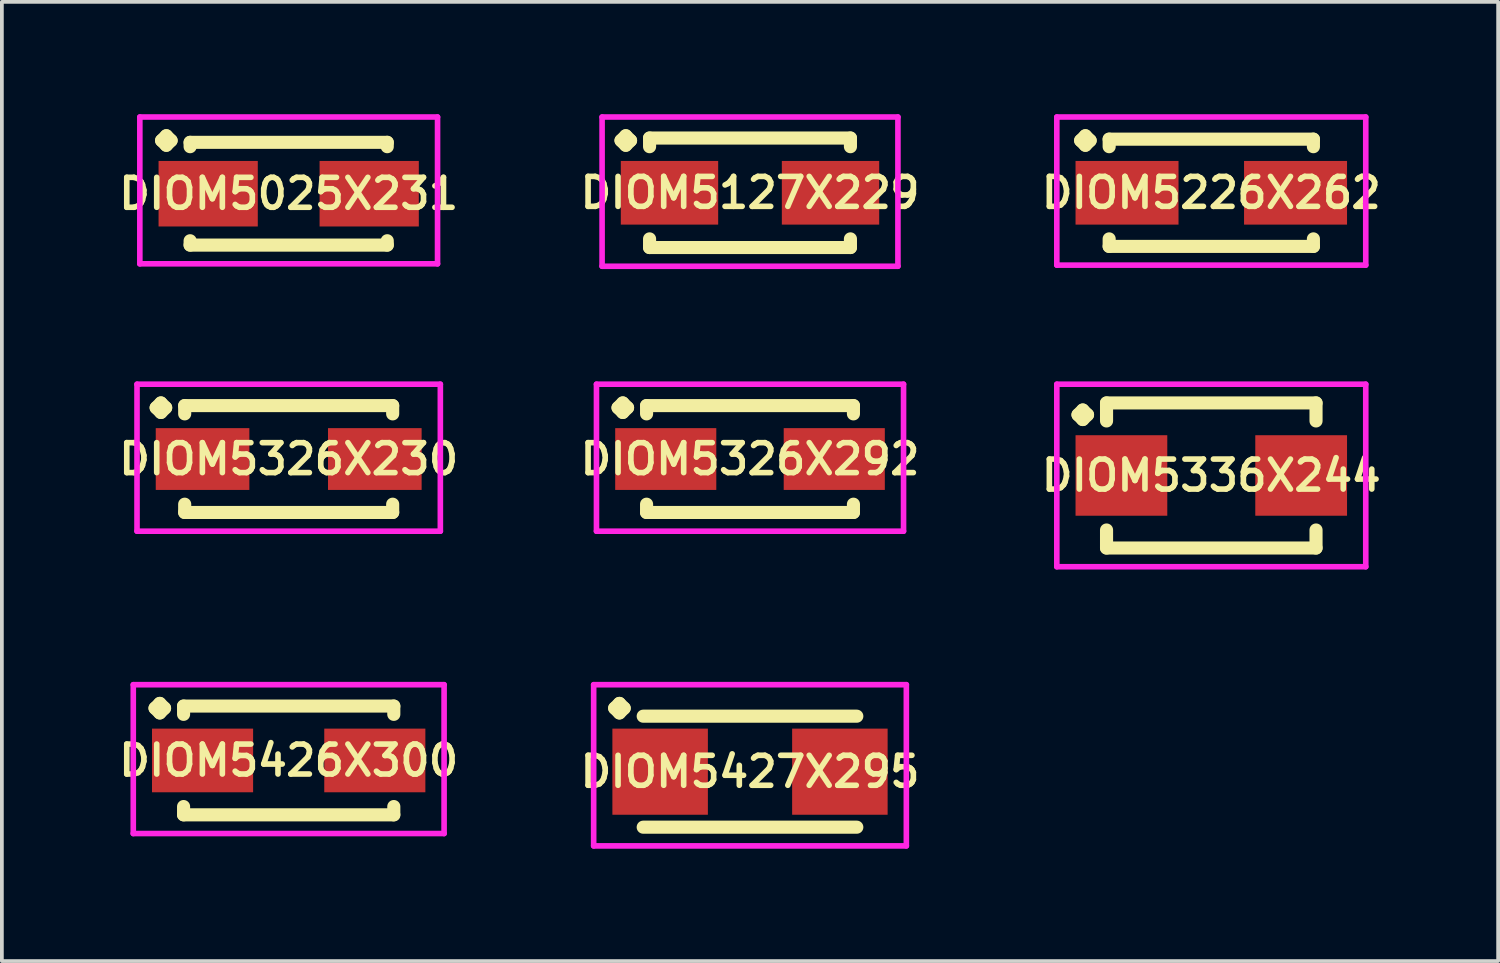
<source format=kicad_pcb>
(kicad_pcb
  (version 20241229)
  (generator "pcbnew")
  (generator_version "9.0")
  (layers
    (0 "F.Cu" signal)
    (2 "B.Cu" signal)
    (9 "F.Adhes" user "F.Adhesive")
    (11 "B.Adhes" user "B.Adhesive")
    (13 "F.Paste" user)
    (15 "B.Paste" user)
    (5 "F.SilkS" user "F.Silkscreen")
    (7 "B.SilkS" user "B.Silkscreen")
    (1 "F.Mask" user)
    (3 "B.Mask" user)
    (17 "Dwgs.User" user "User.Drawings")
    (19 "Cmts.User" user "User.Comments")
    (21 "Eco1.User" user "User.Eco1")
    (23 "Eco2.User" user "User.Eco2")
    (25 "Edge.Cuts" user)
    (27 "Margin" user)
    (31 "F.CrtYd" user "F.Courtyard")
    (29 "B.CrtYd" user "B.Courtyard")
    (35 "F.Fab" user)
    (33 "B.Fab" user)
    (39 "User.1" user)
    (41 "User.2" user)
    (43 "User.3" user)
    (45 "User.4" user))
  (footprint "DIOM5426X300"
    (layer "F.Cu")
    (at 4.659 17.257)
    (property "Reference" "DIOM5426X300" (at 0 0 0) (layer "F.SilkS") (effects (font (size 0.8 0.8) (thickness 0.15))))
    (attr through_hole)
    (fp_line (start -3.569 -1.396) (end -3.442 -1.523) (stroke (width 0.35) (type solid)) (layer "F.SilkS"))
    (fp_line (start -3.442 -1.523) (end -3.315 -1.396) (stroke (width 0.35) (type solid)) (layer "F.SilkS"))
    (fp_line (start -3.442 -1.269) (end -3.569 -1.396) (stroke (width 0.35) (type solid)) (layer "F.SilkS"))
    (fp_line (start -3.315 -1.396) (end -3.442 -1.269) (stroke (width 0.35) (type solid)) (layer "F.SilkS"))
    (fp_line (start -2.807 -1.452) (end 2.807 -1.452) (stroke (width 0.35) (type solid)) (layer "F.SilkS"))
    (fp_line (start -2.807 -1.231) (end -2.807 -1.452) (stroke (width 0.35) (type solid)) (layer "F.SilkS"))
    (fp_line (start -2.807 1.231) (end -2.807 1.452) (stroke (width 0.35) (type solid)) (layer "F.SilkS"))
    (fp_line (start -2.807 1.452) (end 2.807 1.452) (stroke (width 0.35) (type solid)) (layer "F.SilkS"))
    (fp_line (start 2.807 -1.452) (end 2.807 -1.231) (stroke (width 0.35) (type solid)) (layer "F.SilkS"))
    (fp_line (start 2.807 1.452) (end 2.807 1.231) (stroke (width 0.35) (type solid)) (layer "F.SilkS"))
    (fp_line (start -4.15 -2.023) (end 4.15 -2.023) (stroke (width 0.15) (type solid)) (layer "F.CrtYd"))
    (fp_line (start -4.15 1.952) (end -4.15 -2.023) (stroke (width 0.15) (type solid)) (layer "F.CrtYd"))
    (fp_line (start 4.15 -2.023) (end 4.15 1.952) (stroke (width 0.15) (type solid)) (layer "F.CrtYd"))
    (fp_line (start 4.15 1.952) (end -4.15 1.952) (stroke (width 0.15) (type solid)) (layer "F.CrtYd"))
    (pad "1" smd rect (at -2.3 0) (size 2.7 1.7) (layers "F.Cu" "F.Mask" "F.Paste"))
    (pad "2" smd rect (at 2.3 0) (size 2.7 1.7) (layers "F.Cu" "F.Mask" "F.Paste")))
  (footprint "DIOM5427X295"
    (layer "F.Cu")
    (at 16.978 17.557)
    (property "Reference" "DIOM5427X295" (at 0 0 0) (layer "F.SilkS") (effects (font (size 0.8 0.8) (thickness 0.15))))
    (attr through_hole)
    (fp_line (start -3.614 -1.696) (end -3.487 -1.823) (stroke (width 0.35) (type solid)) (layer "F.SilkS"))
    (fp_line (start -3.487 -1.823) (end -3.36 -1.696) (stroke (width 0.35) (type solid)) (layer "F.SilkS"))
    (fp_line (start -3.487 -1.569) (end -3.614 -1.696) (stroke (width 0.35) (type solid)) (layer "F.SilkS"))
    (fp_line (start -3.36 -1.696) (end -3.487 -1.569) (stroke (width 0.35) (type solid)) (layer "F.SilkS"))
    (fp_line (start -2.852 -1.482) (end 2.852 -1.482) (stroke (width 0.35) (type solid)) (layer "F.SilkS"))
    (fp_line (start -2.852 1.482) (end 2.852 1.482) (stroke (width 0.35) (type solid)) (layer "F.SilkS"))
    (fp_line (start -4.175 -2.323) (end 4.175 -2.323) (stroke (width 0.15) (type solid)) (layer "F.CrtYd"))
    (fp_line (start -4.175 1.982) (end -4.175 -2.323) (stroke (width 0.15) (type solid)) (layer "F.CrtYd"))
    (fp_line (start 4.175 -2.323) (end 4.175 1.982) (stroke (width 0.15) (type solid)) (layer "F.CrtYd"))
    (fp_line (start 4.175 1.982) (end -4.175 1.982) (stroke (width 0.15) (type solid)) (layer "F.CrtYd"))
    (pad "1" smd rect (at -2.4 0) (size 2.55 2.3) (layers "F.Cu" "F.Mask" "F.Paste"))
    (pad "2" smd rect (at 2.4 0) (size 2.55 2.3) (layers "F.Cu" "F.Mask" "F.Paste")))
  (footprint "DIOM5127X229"
    (layer "F.Cu")
    (at 16.978 2.098)
    (property "Reference" "DIOM5127X229" (at 0 0 0) (layer "F.SilkS") (effects (font (size 0.8 0.8) (thickness 0.15))))
    (attr through_hole)
    (fp_line (start -3.444 -1.396) (end -3.317 -1.523) (stroke (width 0.35) (type solid)) (layer "F.SilkS"))
    (fp_line (start -3.317 -1.523) (end -3.19 -1.396) (stroke (width 0.35) (type solid)) (layer "F.SilkS"))
    (fp_line (start -3.317 -1.269) (end -3.444 -1.396) (stroke (width 0.35) (type solid)) (layer "F.SilkS"))
    (fp_line (start -3.19 -1.396) (end -3.317 -1.269) (stroke (width 0.35) (type solid)) (layer "F.SilkS"))
    (fp_line (start -2.682 -1.462) (end 2.682 -1.462) (stroke (width 0.35) (type solid)) (layer "F.SilkS"))
    (fp_line (start -2.682 -1.231) (end -2.682 -1.462) (stroke (width 0.35) (type solid)) (layer "F.SilkS"))
    (fp_line (start -2.682 1.231) (end -2.682 1.462) (stroke (width 0.35) (type solid)) (layer "F.SilkS"))
    (fp_line (start -2.682 1.462) (end 2.682 1.462) (stroke (width 0.35) (type solid)) (layer "F.SilkS"))
    (fp_line (start 2.682 -1.462) (end 2.682 -1.231) (stroke (width 0.35) (type solid)) (layer "F.SilkS"))
    (fp_line (start 2.682 1.462) (end 2.682 1.231) (stroke (width 0.35) (type solid)) (layer "F.SilkS"))
    (fp_line (start -3.95 -2.023) (end 3.95 -2.023) (stroke (width 0.15) (type solid)) (layer "F.CrtYd"))
    (fp_line (start -3.95 1.962) (end -3.95 -2.023) (stroke (width 0.15) (type solid)) (layer "F.CrtYd"))
    (fp_line (start 3.95 -2.023) (end 3.95 1.962) (stroke (width 0.15) (type solid)) (layer "F.CrtYd"))
    (fp_line (start 3.95 1.962) (end -3.95 1.962) (stroke (width 0.15) (type solid)) (layer "F.CrtYd"))
    (pad "1" smd rect (at -2.15 0) (size 2.6 1.7) (layers "F.Cu" "F.Mask" "F.Paste"))
    (pad "2" smd rect (at 2.15 0) (size 2.6 1.7) (layers "F.Cu" "F.Mask" "F.Paste")))
  (footprint "DIOM5226X262"
    (layer "F.Cu")
    (at 29.296 2.098)
    (property "Reference" "DIOM5226X262" (at 0 0 0) (layer "F.SilkS") (effects (font (size 0.8 0.8) (thickness 0.15))))
    (attr smd)
    (fp_line (start -3.489 -1.396) (end -3.362 -1.523) (stroke (width 0.35) (type solid)) (layer "F.SilkS"))
    (fp_line (start -3.362 -1.523) (end -3.235 -1.396) (stroke (width 0.35) (type solid)) (layer "F.SilkS"))
    (fp_line (start -3.362 -1.269) (end -3.489 -1.396) (stroke (width 0.35) (type solid)) (layer "F.SilkS"))
    (fp_line (start -3.235 -1.396) (end -3.362 -1.269) (stroke (width 0.35) (type solid)) (layer "F.SilkS"))
    (fp_line (start -2.727 -1.432) (end 2.727 -1.432) (stroke (width 0.35) (type solid)) (layer "F.SilkS"))
    (fp_line (start -2.727 -1.231) (end -2.727 -1.432) (stroke (width 0.35) (type solid)) (layer "F.SilkS"))
    (fp_line (start -2.727 1.231) (end -2.727 1.432) (stroke (width 0.35) (type solid)) (layer "F.SilkS"))
    (fp_line (start -2.727 1.432) (end 2.727 1.432) (stroke (width 0.35) (type solid)) (layer "F.SilkS"))
    (fp_line (start 2.727 -1.432) (end 2.727 -1.231) (stroke (width 0.35) (type solid)) (layer "F.SilkS"))
    (fp_line (start 2.727 1.432) (end 2.727 1.231) (stroke (width 0.35) (type solid)) (layer "F.SilkS"))
    (fp_line (start -4.125 -2.023) (end 4.125 -2.023) (stroke (width 0.15) (type solid)) (layer "F.CrtYd"))
    (fp_line (start -4.125 1.932) (end -4.125 -2.023) (stroke (width 0.15) (type solid)) (layer "F.CrtYd"))
    (fp_line (start 4.125 -2.023) (end 4.125 1.932) (stroke (width 0.15) (type solid)) (layer "F.CrtYd"))
    (fp_line (start 4.125 1.932) (end -4.125 1.932) (stroke (width 0.15) (type solid)) (layer "F.CrtYd"))
    (pad "1" smd rect (at -2.25 0) (size 2.75 1.7) (layers "F.Cu" "F.Mask" "F.Paste"))
    (pad "2" smd rect (at 2.25 0) (size 2.75 1.7) (layers "F.Cu" "F.Mask" "F.Paste")))
  (footprint "DIOM5326X230"
    (layer "F.Cu")
    (at 4.659 9.208)
    (property "Reference" "DIOM5326X230" (at 0 0 0) (layer "F.SilkS") (effects (font (size 0.8 0.8) (thickness 0.15))))
    (attr through_hole)
    (fp_line (start -3.539 -1.371) (end -3.412 -1.498) (stroke (width 0.35) (type solid)) (layer "F.SilkS"))
    (fp_line (start -3.412 -1.498) (end -3.285 -1.371) (stroke (width 0.35) (type solid)) (layer "F.SilkS"))
    (fp_line (start -3.412 -1.244) (end -3.539 -1.371) (stroke (width 0.35) (type solid)) (layer "F.SilkS"))
    (fp_line (start -3.285 -1.371) (end -3.412 -1.244) (stroke (width 0.35) (type solid)) (layer "F.SilkS"))
    (fp_line (start -2.777 -1.427) (end 2.777 -1.427) (stroke (width 0.35) (type solid)) (layer "F.SilkS"))
    (fp_line (start -2.777 -1.206) (end -2.777 -1.427) (stroke (width 0.35) (type solid)) (layer "F.SilkS"))
    (fp_line (start -2.777 1.206) (end -2.777 1.427) (stroke (width 0.35) (type solid)) (layer "F.SilkS"))
    (fp_line (start -2.777 1.427) (end 2.777 1.427) (stroke (width 0.35) (type solid)) (layer "F.SilkS"))
    (fp_line (start 2.777 -1.427) (end 2.777 -1.206) (stroke (width 0.35) (type solid)) (layer "F.SilkS"))
    (fp_line (start 2.777 1.427) (end 2.777 1.206) (stroke (width 0.35) (type solid)) (layer "F.SilkS"))
    (fp_line (start -4.05 -1.998) (end 4.05 -1.998) (stroke (width 0.15) (type solid)) (layer "F.CrtYd"))
    (fp_line (start -4.05 1.927) (end -4.05 -1.998) (stroke (width 0.15) (type solid)) (layer "F.CrtYd"))
    (fp_line (start 4.05 -1.998) (end 4.05 1.927) (stroke (width 0.15) (type solid)) (layer "F.CrtYd"))
    (fp_line (start 4.05 1.927) (end -4.05 1.927) (stroke (width 0.15) (type solid)) (layer "F.CrtYd"))
    (pad "1" smd rect (at -2.3 0) (size 2.5 1.65) (layers "F.Cu" "F.Mask" "F.Paste"))
    (pad "2" smd rect (at 2.3 0) (size 2.5 1.65) (layers "F.Cu" "F.Mask" "F.Paste")))
  (footprint "DIOM5025X231"
    (layer "F.Cu")
    (at 4.659 2.123)
    (property "Reference" "DIOM5025X231" (at 0 0 0) (layer "F.SilkS") (effects (font (size 0.8 0.8) (thickness 0.15))))
    (attr smd)
    (fp_line (start -3.394 -1.421) (end -3.267 -1.548) (stroke (width 0.35) (type solid)) (layer "F.SilkS"))
    (fp_line (start -3.267 -1.548) (end -3.14 -1.421) (stroke (width 0.35) (type solid)) (layer "F.SilkS"))
    (fp_line (start -3.267 -1.294) (end -3.394 -1.421) (stroke (width 0.35) (type solid)) (layer "F.SilkS"))
    (fp_line (start -3.14 -1.421) (end -3.267 -1.294) (stroke (width 0.35) (type solid)) (layer "F.SilkS"))
    (fp_line (start -2.632 -1.372) (end 2.632 -1.372) (stroke (width 0.35) (type solid)) (layer "F.SilkS"))
    (fp_line (start -2.632 -1.256) (end -2.632 -1.372) (stroke (width 0.35) (type solid)) (layer "F.SilkS"))
    (fp_line (start -2.632 1.256) (end -2.632 1.372) (stroke (width 0.35) (type solid)) (layer "F.SilkS"))
    (fp_line (start -2.632 1.372) (end 2.632 1.372) (stroke (width 0.35) (type solid)) (layer "F.SilkS"))
    (fp_line (start 2.632 -1.372) (end 2.632 -1.256) (stroke (width 0.35) (type solid)) (layer "F.SilkS"))
    (fp_line (start 2.632 1.372) (end 2.632 1.256) (stroke (width 0.35) (type solid)) (layer "F.SilkS"))
    (fp_line (start -3.975 -2.048) (end 3.975 -2.048) (stroke (width 0.15) (type solid)) (layer "F.CrtYd"))
    (fp_line (start -3.975 1.872) (end -3.975 -2.048) (stroke (width 0.15) (type solid)) (layer "F.CrtYd"))
    (fp_line (start 3.975 -2.048) (end 3.975 1.872) (stroke (width 0.15) (type solid)) (layer "F.CrtYd"))
    (fp_line (start 3.975 1.872) (end -3.975 1.872) (stroke (width 0.15) (type solid)) (layer "F.CrtYd"))
    (pad "1" smd rect (at -2.15 0) (size 2.65 1.75) (layers "F.Cu" "F.Mask" "F.Paste"))
    (pad "2" smd rect (at 2.15 0) (size 2.65 1.75) (layers "F.Cu" "F.Mask" "F.Paste")))
  (footprint "DIOM5326X292"
    (layer "F.Cu")
    (at 16.978 9.208)
    (property "Reference" "DIOM5326X292" (at 0 0 0) (layer "F.SilkS") (effects (font (size 0.8 0.8) (thickness 0.15))))
    (attr through_hole)
    (fp_line (start -3.524 -1.371) (end -3.397 -1.498) (stroke (width 0.35) (type solid)) (layer "F.SilkS"))
    (fp_line (start -3.397 -1.498) (end -3.27 -1.371) (stroke (width 0.35) (type solid)) (layer "F.SilkS"))
    (fp_line (start -3.397 -1.244) (end -3.524 -1.371) (stroke (width 0.35) (type solid)) (layer "F.SilkS"))
    (fp_line (start -3.27 -1.371) (end -3.397 -1.244) (stroke (width 0.35) (type solid)) (layer "F.SilkS"))
    (fp_line (start -2.762 -1.427) (end 2.762 -1.427) (stroke (width 0.35) (type solid)) (layer "F.SilkS"))
    (fp_line (start -2.762 -1.206) (end -2.762 -1.427) (stroke (width 0.35) (type solid)) (layer "F.SilkS"))
    (fp_line (start -2.762 1.206) (end -2.762 1.427) (stroke (width 0.35) (type solid)) (layer "F.SilkS"))
    (fp_line (start -2.762 1.427) (end 2.762 1.427) (stroke (width 0.35) (type solid)) (layer "F.SilkS"))
    (fp_line (start 2.762 -1.427) (end 2.762 -1.206) (stroke (width 0.35) (type solid)) (layer "F.SilkS"))
    (fp_line (start 2.762 1.427) (end 2.762 1.206) (stroke (width 0.35) (type solid)) (layer "F.SilkS"))
    (fp_line (start -4.1 -1.998) (end 4.1 -1.998) (stroke (width 0.15) (type solid)) (layer "F.CrtYd"))
    (fp_line (start -4.1 1.927) (end -4.1 -1.998) (stroke (width 0.15) (type solid)) (layer "F.CrtYd"))
    (fp_line (start 4.1 -1.998) (end 4.1 1.927) (stroke (width 0.15) (type solid)) (layer "F.CrtYd"))
    (fp_line (start 4.1 1.927) (end -4.1 1.927) (stroke (width 0.15) (type solid)) (layer "F.CrtYd"))
    (pad "1" smd rect (at -2.25 0) (size 2.7 1.65) (layers "F.Cu" "F.Mask" "F.Paste"))
    (pad "2" smd rect (at 2.25 0) (size 2.7 1.65) (layers "F.Cu" "F.Mask" "F.Paste")))
  (footprint "DIOM5336X244"
    (layer "F.Cu")
    (at 29.296 9.647)
    (property "Reference" "DIOM5336X244" (at 0 0 0) (layer "F.SilkS") (effects (font (size 0.8 0.8) (thickness 0.15))))
    (attr through_hole)
    (fp_line (start -3.559 -1.621) (end -3.432 -1.748) (stroke (width 0.35) (type solid)) (layer "F.SilkS"))
    (fp_line (start -3.432 -1.748) (end -3.305 -1.621) (stroke (width 0.35) (type solid)) (layer "F.SilkS"))
    (fp_line (start -3.432 -1.494) (end -3.559 -1.621) (stroke (width 0.35) (type solid)) (layer "F.SilkS"))
    (fp_line (start -3.305 -1.621) (end -3.432 -1.494) (stroke (width 0.35) (type solid)) (layer "F.SilkS"))
    (fp_line (start -2.797 -1.937) (end 2.797 -1.937) (stroke (width 0.35) (type solid)) (layer "F.SilkS"))
    (fp_line (start -2.797 -1.456) (end -2.797 -1.937) (stroke (width 0.35) (type solid)) (layer "F.SilkS"))
    (fp_line (start -2.797 1.456) (end -2.797 1.937) (stroke (width 0.35) (type solid)) (layer "F.SilkS"))
    (fp_line (start -2.797 1.937) (end 2.797 1.937) (stroke (width 0.35) (type solid)) (layer "F.SilkS"))
    (fp_line (start 2.797 -1.937) (end 2.797 -1.456) (stroke (width 0.35) (type solid)) (layer "F.SilkS"))
    (fp_line (start 2.797 1.937) (end 2.797 1.456) (stroke (width 0.35) (type solid)) (layer "F.SilkS"))
    (fp_line (start -4.125 -2.437) (end 4.125 -2.437) (stroke (width 0.15) (type solid)) (layer "F.CrtYd"))
    (fp_line (start -4.125 2.437) (end -4.125 -2.437) (stroke (width 0.15) (type solid)) (layer "F.CrtYd"))
    (fp_line (start 4.125 -2.437) (end 4.125 2.437) (stroke (width 0.15) (type solid)) (layer "F.CrtYd"))
    (fp_line (start 4.125 2.437) (end -4.125 2.437) (stroke (width 0.15) (type solid)) (layer "F.CrtYd"))
    (pad "1" smd rect (at -2.4 0) (size 2.45 2.15) (layers "F.Cu" "F.Mask" "F.Paste"))
    (pad "2" smd rect (at 2.4 0) (size 2.45 2.15) (layers "F.Cu" "F.Mask" "F.Paste")))
  (gr_rect
    (start -3 -3)
    (end 36.956 22.614)
    (stroke (width 0.1) (type default))
    (fill no)
    (layer "Edge.Cuts")))
</source>
